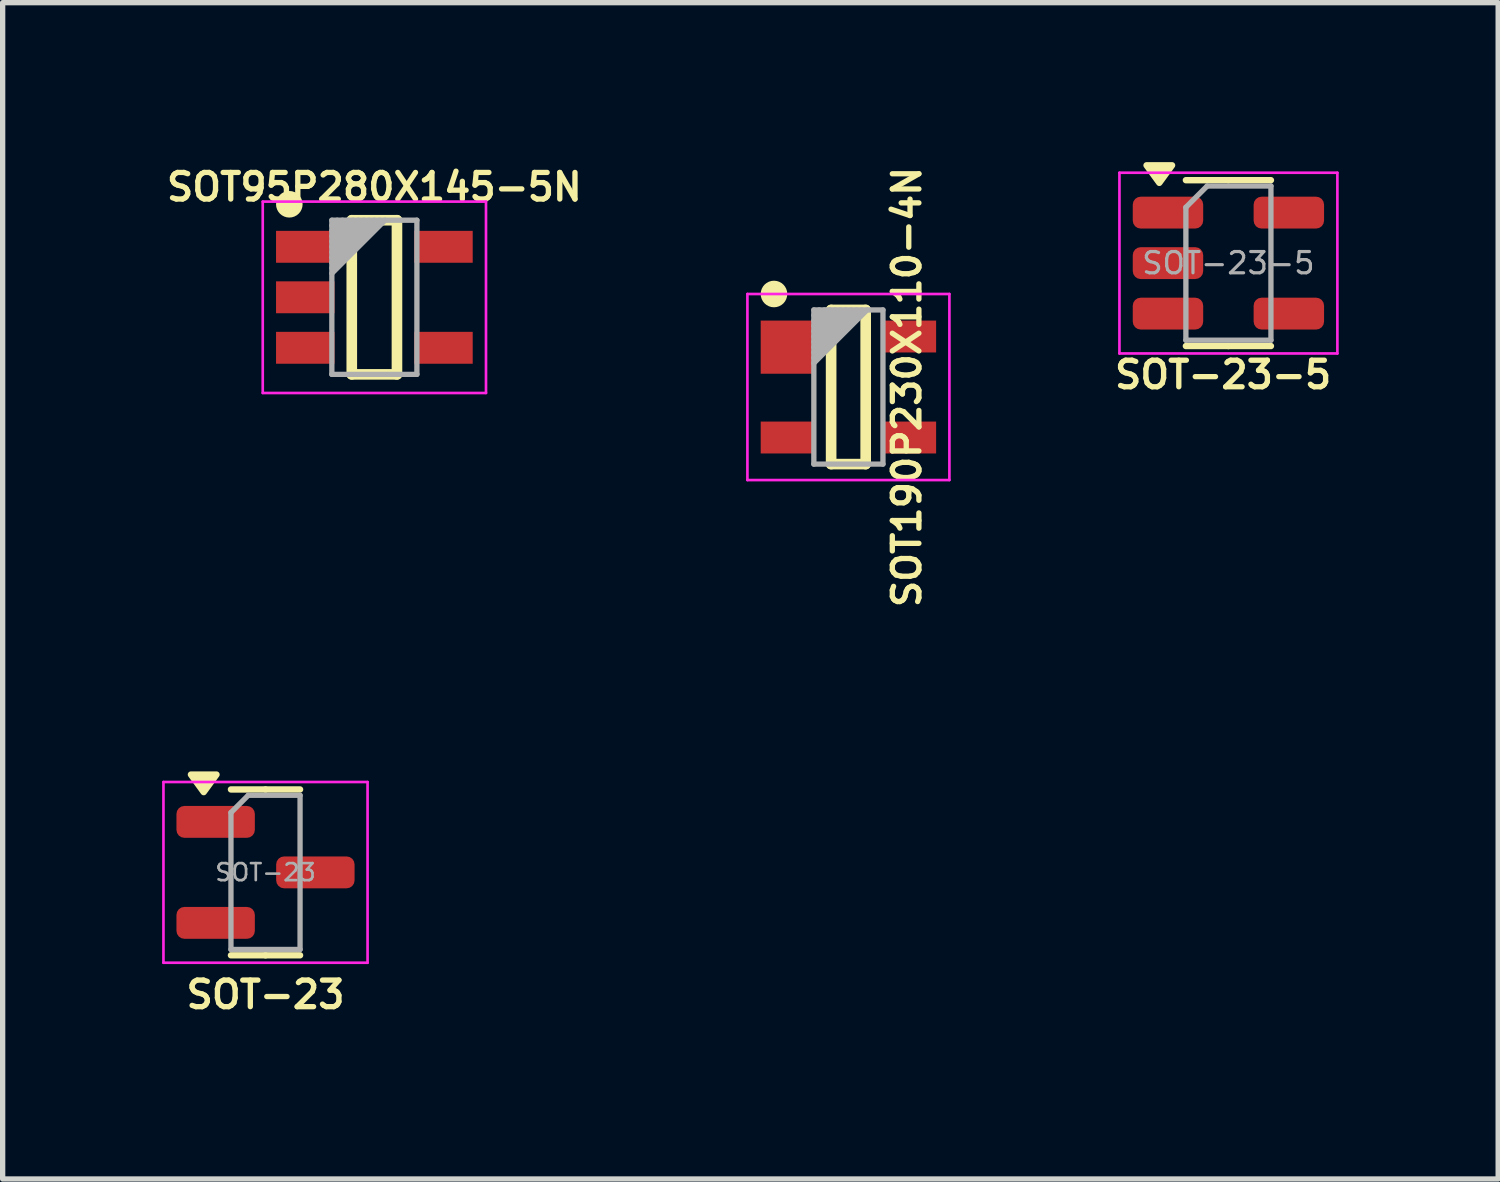
<source format=kicad_pcb>
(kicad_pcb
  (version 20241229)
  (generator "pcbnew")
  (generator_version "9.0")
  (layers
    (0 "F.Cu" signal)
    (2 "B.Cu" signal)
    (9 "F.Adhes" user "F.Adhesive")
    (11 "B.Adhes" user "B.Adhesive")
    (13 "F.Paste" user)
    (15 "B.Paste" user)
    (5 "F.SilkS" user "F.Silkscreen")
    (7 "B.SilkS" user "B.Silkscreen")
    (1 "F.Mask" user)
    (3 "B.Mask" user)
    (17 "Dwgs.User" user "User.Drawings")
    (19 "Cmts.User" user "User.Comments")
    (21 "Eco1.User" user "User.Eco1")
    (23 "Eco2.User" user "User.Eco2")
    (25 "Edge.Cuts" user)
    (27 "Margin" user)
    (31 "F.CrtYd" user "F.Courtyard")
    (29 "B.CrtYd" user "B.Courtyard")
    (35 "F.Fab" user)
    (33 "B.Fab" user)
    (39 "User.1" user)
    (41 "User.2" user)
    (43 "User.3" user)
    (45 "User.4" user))
  (footprint "SOT-23-5"
    (layer "F.Cu")
    (at 20.06 1.9)
    (property "Reference" "SOT-23-5" (at -0.1 2.1 0) (layer "F.SilkS") (effects (font (size 0.5 0.5) (thickness 0.1))))
    (attr smd)
    (fp_line (start 0 -1.56) (end -0.8 -1.56) (stroke (width 0.12) (type solid)) (layer "F.SilkS"))
    (fp_line (start 0 -1.56) (end 0.8 -1.56) (stroke (width 0.12) (type solid)) (layer "F.SilkS"))
    (fp_line (start 0 1.56) (end -0.8 1.56) (stroke (width 0.12) (type solid)) (layer "F.SilkS"))
    (fp_line (start 0 1.56) (end 0.8 1.56) (stroke (width 0.12) (type solid)) (layer "F.SilkS"))
    (fp_poly (pts (xy -1.3 -1.51) (xy -1.54 -1.84) (xy -1.06 -1.84) (xy -1.3 -1.51)) (stroke (width 0.12) (type solid)) (fill yes) (layer "F.SilkS"))
    (fp_line (start -2.05 -1.7) (end -2.05 1.7) (stroke (width 0.05) (type solid)) (layer "F.CrtYd"))
    (fp_line (start -2.05 1.7) (end 2.05 1.7) (stroke (width 0.05) (type solid)) (layer "F.CrtYd"))
    (fp_line (start 2.05 -1.7) (end -2.05 -1.7) (stroke (width 0.05) (type solid)) (layer "F.CrtYd"))
    (fp_line (start 2.05 1.7) (end 2.05 -1.7) (stroke (width 0.05) (type solid)) (layer "F.CrtYd"))
    (fp_line (start -0.8 -1.05) (end -0.4 -1.45) (stroke (width 0.1) (type solid)) (layer "F.Fab"))
    (fp_line (start -0.8 1.45) (end -0.8 -1.05) (stroke (width 0.1) (type solid)) (layer "F.Fab"))
    (fp_line (start -0.4 -1.45) (end 0.8 -1.45) (stroke (width 0.1) (type solid)) (layer "F.Fab"))
    (fp_line (start 0.8 -1.45) (end 0.8 1.45) (stroke (width 0.1) (type solid)) (layer "F.Fab"))
    (fp_line (start 0.8 1.45) (end -0.8 1.45) (stroke (width 0.1) (type solid)) (layer "F.Fab"))
    (fp_text user "${REFERENCE}" (at 0 0 180) (layer "F.Fab") (effects (font (size 0.4 0.4) (thickness 0.06))))
    (pad "1" smd roundrect (at -1.137 -0.95) (size 1.325 0.6) (layers "F.Cu" "F.Mask" "F.Paste") (roundrect_rratio 0.25))
    (pad "2" smd roundrect (at -1.137 0) (size 1.325 0.6) (layers "F.Cu" "F.Mask" "F.Paste") (roundrect_rratio 0.25))
    (pad "3" smd roundrect (at -1.137 0.95) (size 1.325 0.6) (layers "F.Cu" "F.Mask" "F.Paste") (roundrect_rratio 0.25))
    (pad "4" smd roundrect (at 1.137 0.95) (size 1.325 0.6) (layers "F.Cu" "F.Mask" "F.Paste") (roundrect_rratio 0.25))
    (pad "5" smd roundrect (at 1.137 -0.95) (size 1.325 0.6) (layers "F.Cu" "F.Mask" "F.Paste") (roundrect_rratio 0.25)))
  (footprint "SOT190P230X110-4N"
    (layer "F.Cu")
    (at 12.911 4.231)
    (property "Reference" "SOT190P230X110-4N" (at 1.1 0 90) (layer "F.SilkS") (effects (font (size 0.5 0.5) (thickness 0.1))))
    (attr smd)
    (fp_line (start -0.325 -1.45) (end 0.325 -1.45) (stroke (width 0.2) (type solid)) (layer "F.SilkS"))
    (fp_line (start -0.325 1.45) (end -0.325 -1.45) (stroke (width 0.2) (type solid)) (layer "F.SilkS"))
    (fp_line (start -0.325 1.45) (end 0.325 1.45) (stroke (width 0.2) (type solid)) (layer "F.SilkS"))
    (fp_line (start 0.325 1.45) (end 0.325 -1.45) (stroke (width 0.2) (type solid)) (layer "F.SilkS"))
    (fp_circle (center -1.4 -1.75) (end -1.275 -1.75) (stroke (width 0.25) (type solid)) (fill no) (layer "F.SilkS"))
    (fp_line (start -1.9 -1.75) (end 1.9 -1.75) (stroke (width 0.05) (type solid)) (layer "F.CrtYd"))
    (fp_line (start -1.9 1.75) (end -1.9 -1.75) (stroke (width 0.05) (type solid)) (layer "F.CrtYd"))
    (fp_line (start -1.9 1.75) (end 1.9 1.75) (stroke (width 0.05) (type solid)) (layer "F.CrtYd"))
    (fp_line (start 1.9 1.75) (end 1.9 -1.75) (stroke (width 0.05) (type solid)) (layer "F.CrtYd"))
    (fp_line (start -0.65 -1.45) (end 0.65 -1.45) (stroke (width 0.1) (type solid)) (layer "F.Fab"))
    (fp_line (start -0.65 -1.35) (end -0.55 -1.45) (stroke (width 0.1) (type solid)) (layer "F.Fab"))
    (fp_line (start -0.65 -1.25) (end -0.45 -1.45) (stroke (width 0.1) (type solid)) (layer "F.Fab"))
    (fp_line (start -0.65 -1.15) (end -0.35 -1.45) (stroke (width 0.1) (type solid)) (layer "F.Fab"))
    (fp_line (start -0.65 -1.05) (end -0.25 -1.45) (stroke (width 0.1) (type solid)) (layer "F.Fab"))
    (fp_line (start -0.65 -0.95) (end -0.15 -1.45) (stroke (width 0.1) (type solid)) (layer "F.Fab"))
    (fp_line (start -0.65 -0.85) (end -0.05 -1.45) (stroke (width 0.1) (type solid)) (layer "F.Fab"))
    (fp_line (start -0.65 -0.75) (end 0.05 -1.45) (stroke (width 0.1) (type solid)) (layer "F.Fab"))
    (fp_line (start -0.65 -0.65) (end 0.15 -1.45) (stroke (width 0.1) (type solid)) (layer "F.Fab"))
    (fp_line (start -0.65 -0.55) (end 0.25 -1.45) (stroke (width 0.1) (type solid)) (layer "F.Fab"))
    (fp_line (start -0.65 -0.45) (end 0.35 -1.45) (stroke (width 0.1) (type solid)) (layer "F.Fab"))
    (fp_line (start -0.65 1.45) (end -0.65 -1.45) (stroke (width 0.1) (type solid)) (layer "F.Fab"))
    (fp_line (start -0.65 1.45) (end 0.65 1.45) (stroke (width 0.1) (type solid)) (layer "F.Fab"))
    (fp_line (start 0.65 1.45) (end 0.65 -1.45) (stroke (width 0.1) (type solid)) (layer "F.Fab"))
    (pad "1" smd rect (at -1.15 -0.75 90) (size 1 1) (layers "F.Cu" "F.Mask" "F.Paste"))
    (pad "2" smd rect (at -1.15 0.95) (size 1 0.6) (layers "F.Cu" "F.Mask" "F.Paste"))
    (pad "3" smd rect (at 1.15 0.95) (size 1 0.6) (layers "F.Cu" "F.Mask" "F.Paste"))
    (pad "4" smd rect (at 1.15 -0.95) (size 1 0.6) (layers "F.Cu" "F.Mask" "F.Paste")))
  (footprint "SOT95P280X145-5N"
    (layer "F.Cu")
    (at 3.993 2.543)
    (property "Reference" "SOT95P280X145-5N" (at 0 -2.075 0) (layer "F.SilkS") (effects (font (size 0.5 0.5) (thickness 0.1))))
    (attr smd)
    (fp_line (start -0.425 -1.45) (end 0.425 -1.45) (stroke (width 0.2) (type solid)) (layer "F.SilkS"))
    (fp_line (start -0.425 1.45) (end -0.425 -1.45) (stroke (width 0.2) (type solid)) (layer "F.SilkS"))
    (fp_line (start -0.425 1.45) (end 0.425 1.45) (stroke (width 0.2) (type solid)) (layer "F.SilkS"))
    (fp_line (start 0.425 1.45) (end 0.425 -1.45) (stroke (width 0.2) (type solid)) (layer "F.SilkS"))
    (fp_circle (center -1.6 -1.75) (end -1.475 -1.75) (stroke (width 0.25) (type solid)) (fill no) (layer "F.SilkS"))
    (fp_line (start -2.1 -1.8) (end 2.1 -1.8) (stroke (width 0.05) (type solid)) (layer "F.CrtYd"))
    (fp_line (start -2.1 1.8) (end -2.1 -1.8) (stroke (width 0.05) (type solid)) (layer "F.CrtYd"))
    (fp_line (start -2.1 1.8) (end 2.1 1.8) (stroke (width 0.05) (type solid)) (layer "F.CrtYd"))
    (fp_line (start 2.1 1.8) (end 2.1 -1.8) (stroke (width 0.05) (type solid)) (layer "F.CrtYd"))
    (fp_line (start -0.8 -1.45) (end 0.8 -1.45) (stroke (width 0.1) (type solid)) (layer "F.Fab"))
    (fp_line (start -0.8 -1.35) (end -0.7 -1.45) (stroke (width 0.1) (type solid)) (layer "F.Fab"))
    (fp_line (start -0.8 -1.25) (end -0.6 -1.45) (stroke (width 0.1) (type solid)) (layer "F.Fab"))
    (fp_line (start -0.8 -1.15) (end -0.5 -1.45) (stroke (width 0.1) (type solid)) (layer "F.Fab"))
    (fp_line (start -0.8 -1.05) (end -0.4 -1.45) (stroke (width 0.1) (type solid)) (layer "F.Fab"))
    (fp_line (start -0.8 -0.95) (end -0.3 -1.45) (stroke (width 0.1) (type solid)) (layer "F.Fab"))
    (fp_line (start -0.8 -0.85) (end -0.2 -1.45) (stroke (width 0.1) (type solid)) (layer "F.Fab"))
    (fp_line (start -0.8 -0.75) (end -0.1 -1.45) (stroke (width 0.1) (type solid)) (layer "F.Fab"))
    (fp_line (start -0.8 -0.65) (end 0 -1.45) (stroke (width 0.1) (type solid)) (layer "F.Fab"))
    (fp_line (start -0.8 -0.55) (end 0.1 -1.45) (stroke (width 0.1) (type solid)) (layer "F.Fab"))
    (fp_line (start -0.8 -0.45) (end 0.2 -1.45) (stroke (width 0.1) (type solid)) (layer "F.Fab"))
    (fp_line (start -0.8 1.45) (end -0.8 -1.45) (stroke (width 0.1) (type solid)) (layer "F.Fab"))
    (fp_line (start -0.8 1.45) (end 0.8 1.45) (stroke (width 0.1) (type solid)) (layer "F.Fab"))
    (fp_line (start 0.8 1.45) (end 0.8 -1.45) (stroke (width 0.1) (type solid)) (layer "F.Fab"))
    (pad "1" smd rect (at -1.3 -0.95) (size 1.1 0.6) (layers "F.Cu" "F.Mask" "F.Paste"))
    (pad "2" smd rect (at -1.3 0) (size 1.1 0.6) (layers "F.Cu" "F.Mask" "F.Paste"))
    (pad "3" smd rect (at -1.3 0.95) (size 1.1 0.6) (layers "F.Cu" "F.Mask" "F.Paste"))
    (pad "4" smd rect (at 1.3 0.95) (size 1.1 0.6) (layers "F.Cu" "F.Mask" "F.Paste"))
    (pad "5" smd rect (at 1.3 -0.95) (size 1.1 0.6) (layers "F.Cu" "F.Mask" "F.Paste")))
  (footprint "SOT-23"
    (layer "F.Cu")
    (at 1.945 13.362)
    (property "Reference" "SOT-23" (at 0 2.3 0) (layer "F.SilkS") (effects (font (size 0.5 0.5) (thickness 0.1))))
    (attr smd)
    (fp_line (start 0 -1.56) (end -0.65 -1.56) (stroke (width 0.12) (type solid)) (layer "F.SilkS"))
    (fp_line (start 0 -1.56) (end 0.65 -1.56) (stroke (width 0.12) (type solid)) (layer "F.SilkS"))
    (fp_line (start 0 1.56) (end -0.65 1.56) (stroke (width 0.12) (type solid)) (layer "F.SilkS"))
    (fp_line (start 0 1.56) (end 0.65 1.56) (stroke (width 0.12) (type solid)) (layer "F.SilkS"))
    (fp_poly (pts (xy -1.163 -1.51) (xy -1.403 -1.84) (xy -0.922 -1.84) (xy -1.163 -1.51)) (stroke (width 0.12) (type solid)) (fill yes) (layer "F.SilkS"))
    (fp_line (start -1.92 -1.7) (end -1.92 1.7) (stroke (width 0.05) (type solid)) (layer "F.CrtYd"))
    (fp_line (start -1.92 1.7) (end 1.92 1.7) (stroke (width 0.05) (type solid)) (layer "F.CrtYd"))
    (fp_line (start 1.92 -1.7) (end -1.92 -1.7) (stroke (width 0.05) (type solid)) (layer "F.CrtYd"))
    (fp_line (start 1.92 1.7) (end 1.92 -1.7) (stroke (width 0.05) (type solid)) (layer "F.CrtYd"))
    (fp_line (start -0.65 -1.125) (end -0.325 -1.45) (stroke (width 0.1) (type solid)) (layer "F.Fab"))
    (fp_line (start -0.65 1.45) (end -0.65 -1.125) (stroke (width 0.1) (type solid)) (layer "F.Fab"))
    (fp_line (start -0.325 -1.45) (end 0.65 -1.45) (stroke (width 0.1) (type solid)) (layer "F.Fab"))
    (fp_line (start 0.65 -1.45) (end 0.65 1.45) (stroke (width 0.1) (type solid)) (layer "F.Fab"))
    (fp_line (start 0.65 1.45) (end -0.65 1.45) (stroke (width 0.1) (type solid)) (layer "F.Fab"))
    (fp_text user "${REFERENCE}" (at 0 0 0) (layer "F.Fab") (effects (font (size 0.32 0.32) (thickness 0.05))))
    (pad "1" smd roundrect (at -0.938 -0.95 180) (size 1.475 0.6) (layers "F.Cu" "F.Mask" "F.Paste") (roundrect_rratio 0.25))
    (pad "2" smd roundrect (at -0.938 0.95 180) (size 1.475 0.6) (layers "F.Cu" "F.Mask" "F.Paste") (roundrect_rratio 0.25))
    (pad "3" smd roundrect (at 0.938 0 180) (size 1.475 0.6) (layers "F.Cu" "F.Mask" "F.Paste") (roundrect_rratio 0.25)))
  (gr_rect
    (start -3 -3)
    (end 25.135 19.13)
    (stroke (width 0.1) (type default))
    (fill no)
    (layer "Edge.Cuts")))
</source>
